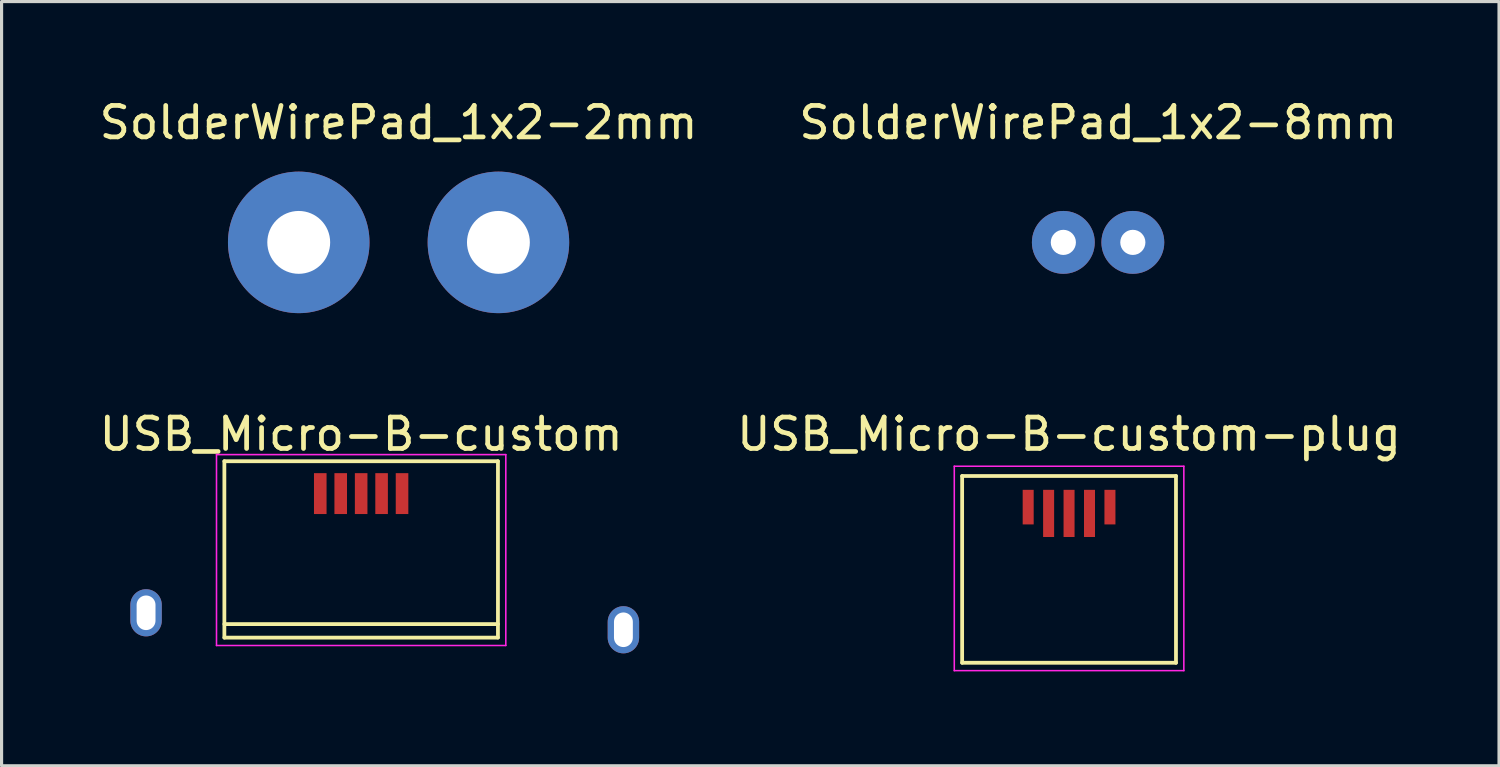
<source format=kicad_pcb>
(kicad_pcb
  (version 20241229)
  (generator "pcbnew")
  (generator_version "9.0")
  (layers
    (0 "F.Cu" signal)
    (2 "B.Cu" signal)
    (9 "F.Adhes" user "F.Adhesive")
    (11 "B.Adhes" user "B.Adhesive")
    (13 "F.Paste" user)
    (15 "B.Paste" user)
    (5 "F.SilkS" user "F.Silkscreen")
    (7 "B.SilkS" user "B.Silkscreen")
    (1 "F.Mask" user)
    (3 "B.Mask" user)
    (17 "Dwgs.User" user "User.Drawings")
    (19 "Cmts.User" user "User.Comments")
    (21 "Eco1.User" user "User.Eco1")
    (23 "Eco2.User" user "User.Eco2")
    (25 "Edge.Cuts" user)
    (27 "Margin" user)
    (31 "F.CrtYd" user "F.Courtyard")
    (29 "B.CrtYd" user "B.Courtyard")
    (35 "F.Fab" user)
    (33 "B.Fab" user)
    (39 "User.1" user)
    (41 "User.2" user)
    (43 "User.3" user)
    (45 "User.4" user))
  (footprint "SolderWirePad_1x2-2mm"
    (layer "F.Cu")
    (at 9.625 4.658)
    (property "Reference" "SolderWirePad_1x2-2mm" (at 0 -3.81 0) (layer "F.SilkS") (effects (font (size 1 1) (thickness 0.15))))
    (attr through_hole)
    (pad "1" thru_hole circle (at -3.175 0) (size 4.501 4.501) (drill 1.999) (layers "*.Cu" "*.Mask"))
    (pad "2" thru_hole circle (at 3.175 0) (size 4.501 4.501) (drill 1.999) (layers "*.Cu" "*.Mask")))
  (footprint "USB_Micro-B-custom"
    (layer "F.Cu")
    (at 8.435 13.997)
    (property "Reference" "USB_Micro-B-custom" (at 0 -3.24 0) (layer "F.SilkS") (effects (font (size 1 1) (thickness 0.15))))
    (attr smd)
    (fp_line (start -4.35 -2.38) (end 4.35 -2.38) (stroke (width 0.12) (type solid)) (layer "F.SilkS"))
    (fp_line (start -4.35 3.23) (end -4.35 -2.38) (stroke (width 0.12) (type solid)) (layer "F.SilkS"))
    (fp_line (start -4.35 3.23) (end 4.35 3.23) (stroke (width 0.12) (type solid)) (layer "F.SilkS"))
    (fp_line (start 4.35 -2.38) (end 4.35 3.226) (stroke (width 0.12) (type solid)) (layer "F.SilkS"))
    (fp_line (start 4.35 2.8) (end -4.35 2.8) (stroke (width 0.12) (type solid)) (layer "F.SilkS"))
    (fp_line (start -4.6 -2.59) (end 4.6 -2.59) (stroke (width 0.05) (type solid)) (layer "F.CrtYd"))
    (fp_line (start -4.6 3.48) (end -4.6 -2.59) (stroke (width 0.05) (type solid)) (layer "F.CrtYd"))
    (fp_line (start 4.6 -2.59) (end 4.6 3.48) (stroke (width 0.05) (type solid)) (layer "F.CrtYd"))
    (fp_line (start 4.6 3.48) (end -4.6 3.48) (stroke (width 0.05) (type solid)) (layer "F.CrtYd"))
    (pad "1" smd rect (at -1.3 -1.35 90) (size 1.3 0.4) (layers "F.Cu" "F.Mask" "F.Paste"))
    (pad "2" smd rect (at -0.65 -1.35 90) (size 1.3 0.4) (layers "F.Cu" "F.Mask" "F.Paste"))
    (pad "3" smd rect (at 0 -1.35 90) (size 1.3 0.4) (layers "F.Cu" "F.Mask" "F.Paste"))
    (pad "4" smd rect (at 0.65 -1.35 90) (size 1.3 0.4) (layers "F.Cu" "F.Mask" "F.Paste"))
    (pad "5" smd rect (at 1.3 -1.35 90) (size 1.3 0.4) (layers "F.Cu" "F.Mask" "F.Paste"))
    (pad "6" thru_hole oval (at -6.84 2.44 90) (size 1.5 1) (drill oval 1.1 0.6) (layers "*.Cu" "*.Mask"))
    (pad "6" thru_hole oval (at 8.34 2.98 90) (size 1.5 1) (drill oval 1.1 0.6) (layers "*.Cu" "*.Mask")))
  (footprint "USB_Micro-B-custom-plug"
    (layer "F.Cu")
    (at 30.947 13.277)
    (property "Reference" "USB_Micro-B-custom-plug" (at 0 -2.52 0) (layer "F.SilkS") (effects (font (size 1 1) (thickness 0.15))))
    (attr smd)
    (fp_line (start -3.4 -1.19) (end 3.4 -1.19) (stroke (width 0.12) (type solid)) (layer "F.SilkS"))
    (fp_line (start -3.4 4.75) (end -3.4 -1.19) (stroke (width 0.12) (type solid)) (layer "F.SilkS"))
    (fp_line (start -3.4 4.75) (end 3.4 4.75) (stroke (width 0.12) (type solid)) (layer "F.SilkS"))
    (fp_line (start 3.4 -1.19) (end 3.4 4.75) (stroke (width 0.12) (type solid)) (layer "F.SilkS"))
    (fp_line (start -3.65 -1.5) (end 3.65 -1.5) (stroke (width 0.05) (type solid)) (layer "F.CrtYd"))
    (fp_line (start -3.65 5) (end -3.65 -1.5) (stroke (width 0.05) (type solid)) (layer "F.CrtYd"))
    (fp_line (start 3.65 -1.5) (end 3.65 5) (stroke (width 0.05) (type solid)) (layer "F.CrtYd"))
    (fp_line (start 3.65 5) (end -3.65 5) (stroke (width 0.05) (type solid)) (layer "F.CrtYd"))
    (pad "1" smd rect (at -1.3 -0.2 90) (size 1.1 0.35) (layers "F.Cu" "F.Mask" "F.Paste"))
    (pad "2" smd rect (at -0.65 0 90) (size 1.5 0.35) (layers "F.Cu" "F.Mask" "F.Paste"))
    (pad "3" smd rect (at 0 0 90) (size 1.5 0.35) (layers "F.Cu" "F.Mask" "F.Paste"))
    (pad "4" smd rect (at 0.65 0 90) (size 1.5 0.35) (layers "F.Cu" "F.Mask" "F.Paste"))
    (pad "5" smd rect (at 1.3 -0.2 90) (size 1.1 0.35) (layers "F.Cu" "F.Mask" "F.Paste")))
  (footprint "SolderWirePad_1x2-8mm"
    (layer "F.Cu")
    (at 31.875 4.658)
    (property "Reference" "SolderWirePad_1x2-8mm" (at 0 -3.81 0) (layer "F.SilkS") (effects (font (size 1 1) (thickness 0.15))))
    (attr through_hole)
    (pad "1" thru_hole circle (at -1.11 0) (size 1.999 1.999) (drill 0.8) (layers "*.Cu" "*.Mask"))
    (pad "2" thru_hole circle (at 1.1 0) (size 1.999 1.999) (drill 0.8) (layers "*.Cu" "*.Mask")))
  (gr_rect
    (start -3 -3)
    (end 44.62 21.302)
    (stroke (width 0.1) (type default))
    (fill no)
    (layer "Edge.Cuts")))
</source>
